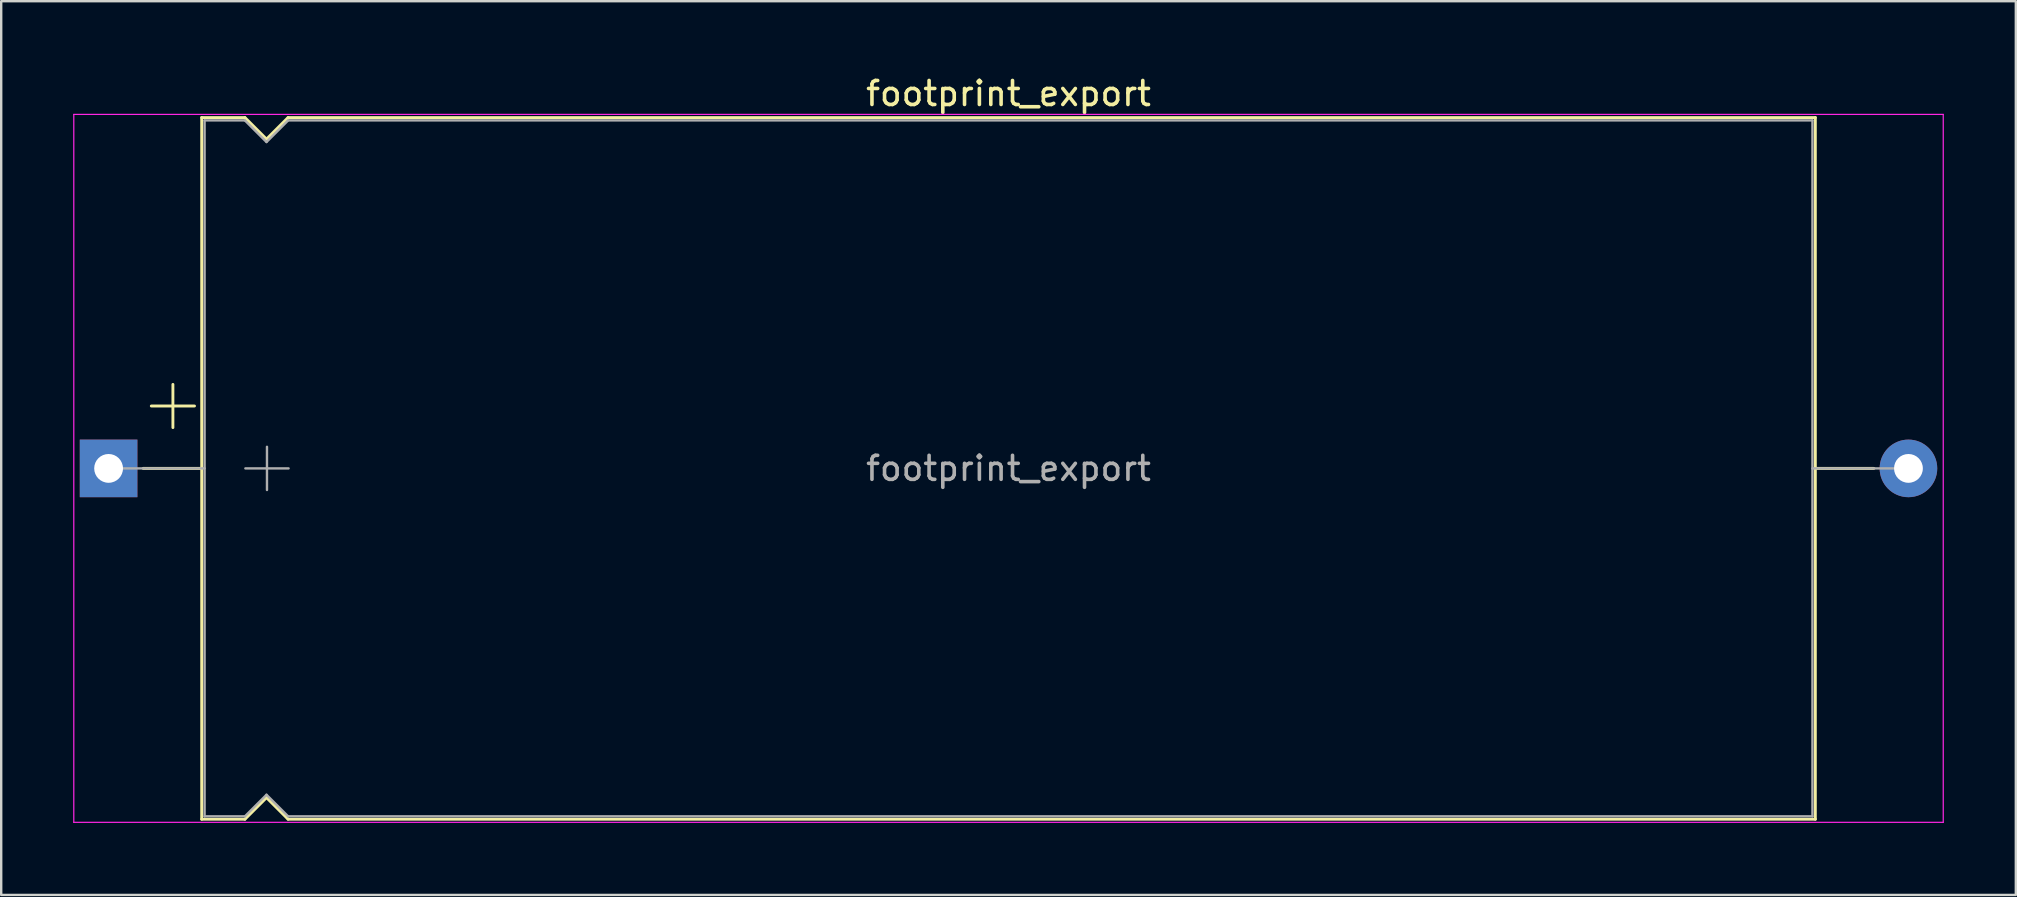
<source format=kicad_pcb>
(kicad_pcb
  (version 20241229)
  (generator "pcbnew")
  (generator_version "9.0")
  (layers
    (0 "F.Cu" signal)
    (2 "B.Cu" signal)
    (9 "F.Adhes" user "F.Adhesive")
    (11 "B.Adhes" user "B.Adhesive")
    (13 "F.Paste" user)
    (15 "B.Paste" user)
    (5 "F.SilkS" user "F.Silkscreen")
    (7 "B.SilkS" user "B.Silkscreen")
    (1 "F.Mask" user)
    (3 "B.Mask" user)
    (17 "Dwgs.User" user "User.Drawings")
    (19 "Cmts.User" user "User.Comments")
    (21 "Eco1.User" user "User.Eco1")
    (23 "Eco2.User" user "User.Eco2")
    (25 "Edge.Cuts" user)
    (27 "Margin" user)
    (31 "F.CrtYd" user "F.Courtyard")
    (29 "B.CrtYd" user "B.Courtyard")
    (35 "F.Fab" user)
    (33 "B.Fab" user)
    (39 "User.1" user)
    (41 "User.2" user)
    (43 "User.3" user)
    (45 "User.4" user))
  (footprint "footprint_export"
    (layer "F.Cu")
    (at 1.475 16.468)
    (property "Reference" "footprint_export" (at 37.5 -15.62 0) (layer "F.SilkS") (effects (font (size 1 1) (thickness 0.15))))
    (attr through_hole)
    (fp_line (start 1.44 0) (end 3.88 0) (stroke (width 0.12) (type solid)) (layer "F.SilkS"))
    (fp_line (start 1.78 -2.6) (end 3.58 -2.6) (stroke (width 0.12) (type solid)) (layer "F.SilkS"))
    (fp_line (start 2.68 -3.5) (end 2.68 -1.7) (stroke (width 0.12) (type solid)) (layer "F.SilkS"))
    (fp_line (start 3.88 -14.62) (end 3.88 14.62) (stroke (width 0.12) (type solid)) (layer "F.SilkS"))
    (fp_line (start 3.88 -14.62) (end 5.68 -14.62) (stroke (width 0.12) (type solid)) (layer "F.SilkS"))
    (fp_line (start 3.88 14.62) (end 5.68 14.62) (stroke (width 0.12) (type solid)) (layer "F.SilkS"))
    (fp_line (start 5.68 -14.62) (end 6.58 -13.72) (stroke (width 0.12) (type solid)) (layer "F.SilkS"))
    (fp_line (start 5.68 14.62) (end 6.58 13.72) (stroke (width 0.12) (type solid)) (layer "F.SilkS"))
    (fp_line (start 6.58 -13.72) (end 7.48 -14.62) (stroke (width 0.12) (type solid)) (layer "F.SilkS"))
    (fp_line (start 6.58 13.72) (end 7.48 14.62) (stroke (width 0.12) (type solid)) (layer "F.SilkS"))
    (fp_line (start 7.48 -14.62) (end 71.12 -14.62) (stroke (width 0.12) (type solid)) (layer "F.SilkS"))
    (fp_line (start 7.48 14.62) (end 71.12 14.62) (stroke (width 0.12) (type solid)) (layer "F.SilkS"))
    (fp_line (start 71.12 -14.62) (end 71.12 14.62) (stroke (width 0.12) (type solid)) (layer "F.SilkS"))
    (fp_line (start 73.56 0) (end 71.12 0) (stroke (width 0.12) (type solid)) (layer "F.SilkS"))
    (fp_line (start -1.45 -14.75) (end -1.45 14.75) (stroke (width 0.05) (type solid)) (layer "F.CrtYd"))
    (fp_line (start -1.45 14.75) (end 76.45 14.75) (stroke (width 0.05) (type solid)) (layer "F.CrtYd"))
    (fp_line (start 76.45 -14.75) (end -1.45 -14.75) (stroke (width 0.05) (type solid)) (layer "F.CrtYd"))
    (fp_line (start 76.45 14.75) (end 76.45 -14.75) (stroke (width 0.05) (type solid)) (layer "F.CrtYd"))
    (fp_line (start 0 0) (end 4 0) (stroke (width 0.1) (type solid)) (layer "F.Fab"))
    (fp_line (start 4 -14.5) (end 4 14.5) (stroke (width 0.1) (type solid)) (layer "F.Fab"))
    (fp_line (start 4 -14.5) (end 5.68 -14.5) (stroke (width 0.1) (type solid)) (layer "F.Fab"))
    (fp_line (start 4 14.5) (end 5.68 14.5) (stroke (width 0.1) (type solid)) (layer "F.Fab"))
    (fp_line (start 5.68 -14.5) (end 6.58 -13.6) (stroke (width 0.1) (type solid)) (layer "F.Fab"))
    (fp_line (start 5.68 14.5) (end 6.58 13.6) (stroke (width 0.1) (type solid)) (layer "F.Fab"))
    (fp_line (start 5.7 0) (end 7.5 0) (stroke (width 0.1) (type solid)) (layer "F.Fab"))
    (fp_line (start 6.58 -13.6) (end 7.48 -14.5) (stroke (width 0.1) (type solid)) (layer "F.Fab"))
    (fp_line (start 6.58 13.6) (end 7.48 14.5) (stroke (width 0.1) (type solid)) (layer "F.Fab"))
    (fp_line (start 6.6 -0.9) (end 6.6 0.9) (stroke (width 0.1) (type solid)) (layer "F.Fab"))
    (fp_line (start 7.48 -14.5) (end 71 -14.5) (stroke (width 0.1) (type solid)) (layer "F.Fab"))
    (fp_line (start 7.48 14.5) (end 71 14.5) (stroke (width 0.1) (type solid)) (layer "F.Fab"))
    (fp_line (start 71 -14.5) (end 71 14.5) (stroke (width 0.1) (type solid)) (layer "F.Fab"))
    (fp_line (start 75 0) (end 71 0) (stroke (width 0.1) (type solid)) (layer "F.Fab"))
    (fp_text user "${REFERENCE}" (at 37.5 0 0) (layer "F.Fab") (effects (font (size 1 1) (thickness 0.15))))
    (pad "1" thru_hole rect (at 0 0) (size 2.4 2.4) (drill 1.2) (layers "*.Cu" "*.Mask"))
    (pad "2" thru_hole oval (at 75 0) (size 2.4 2.4) (drill 1.2) (layers "*.Cu" "*.Mask")))
  (gr_rect
    (start -3 -3)
    (end 80.95 34.243)
    (stroke (width 0.1) (type default))
    (fill no)
    (layer "Edge.Cuts")))
</source>
